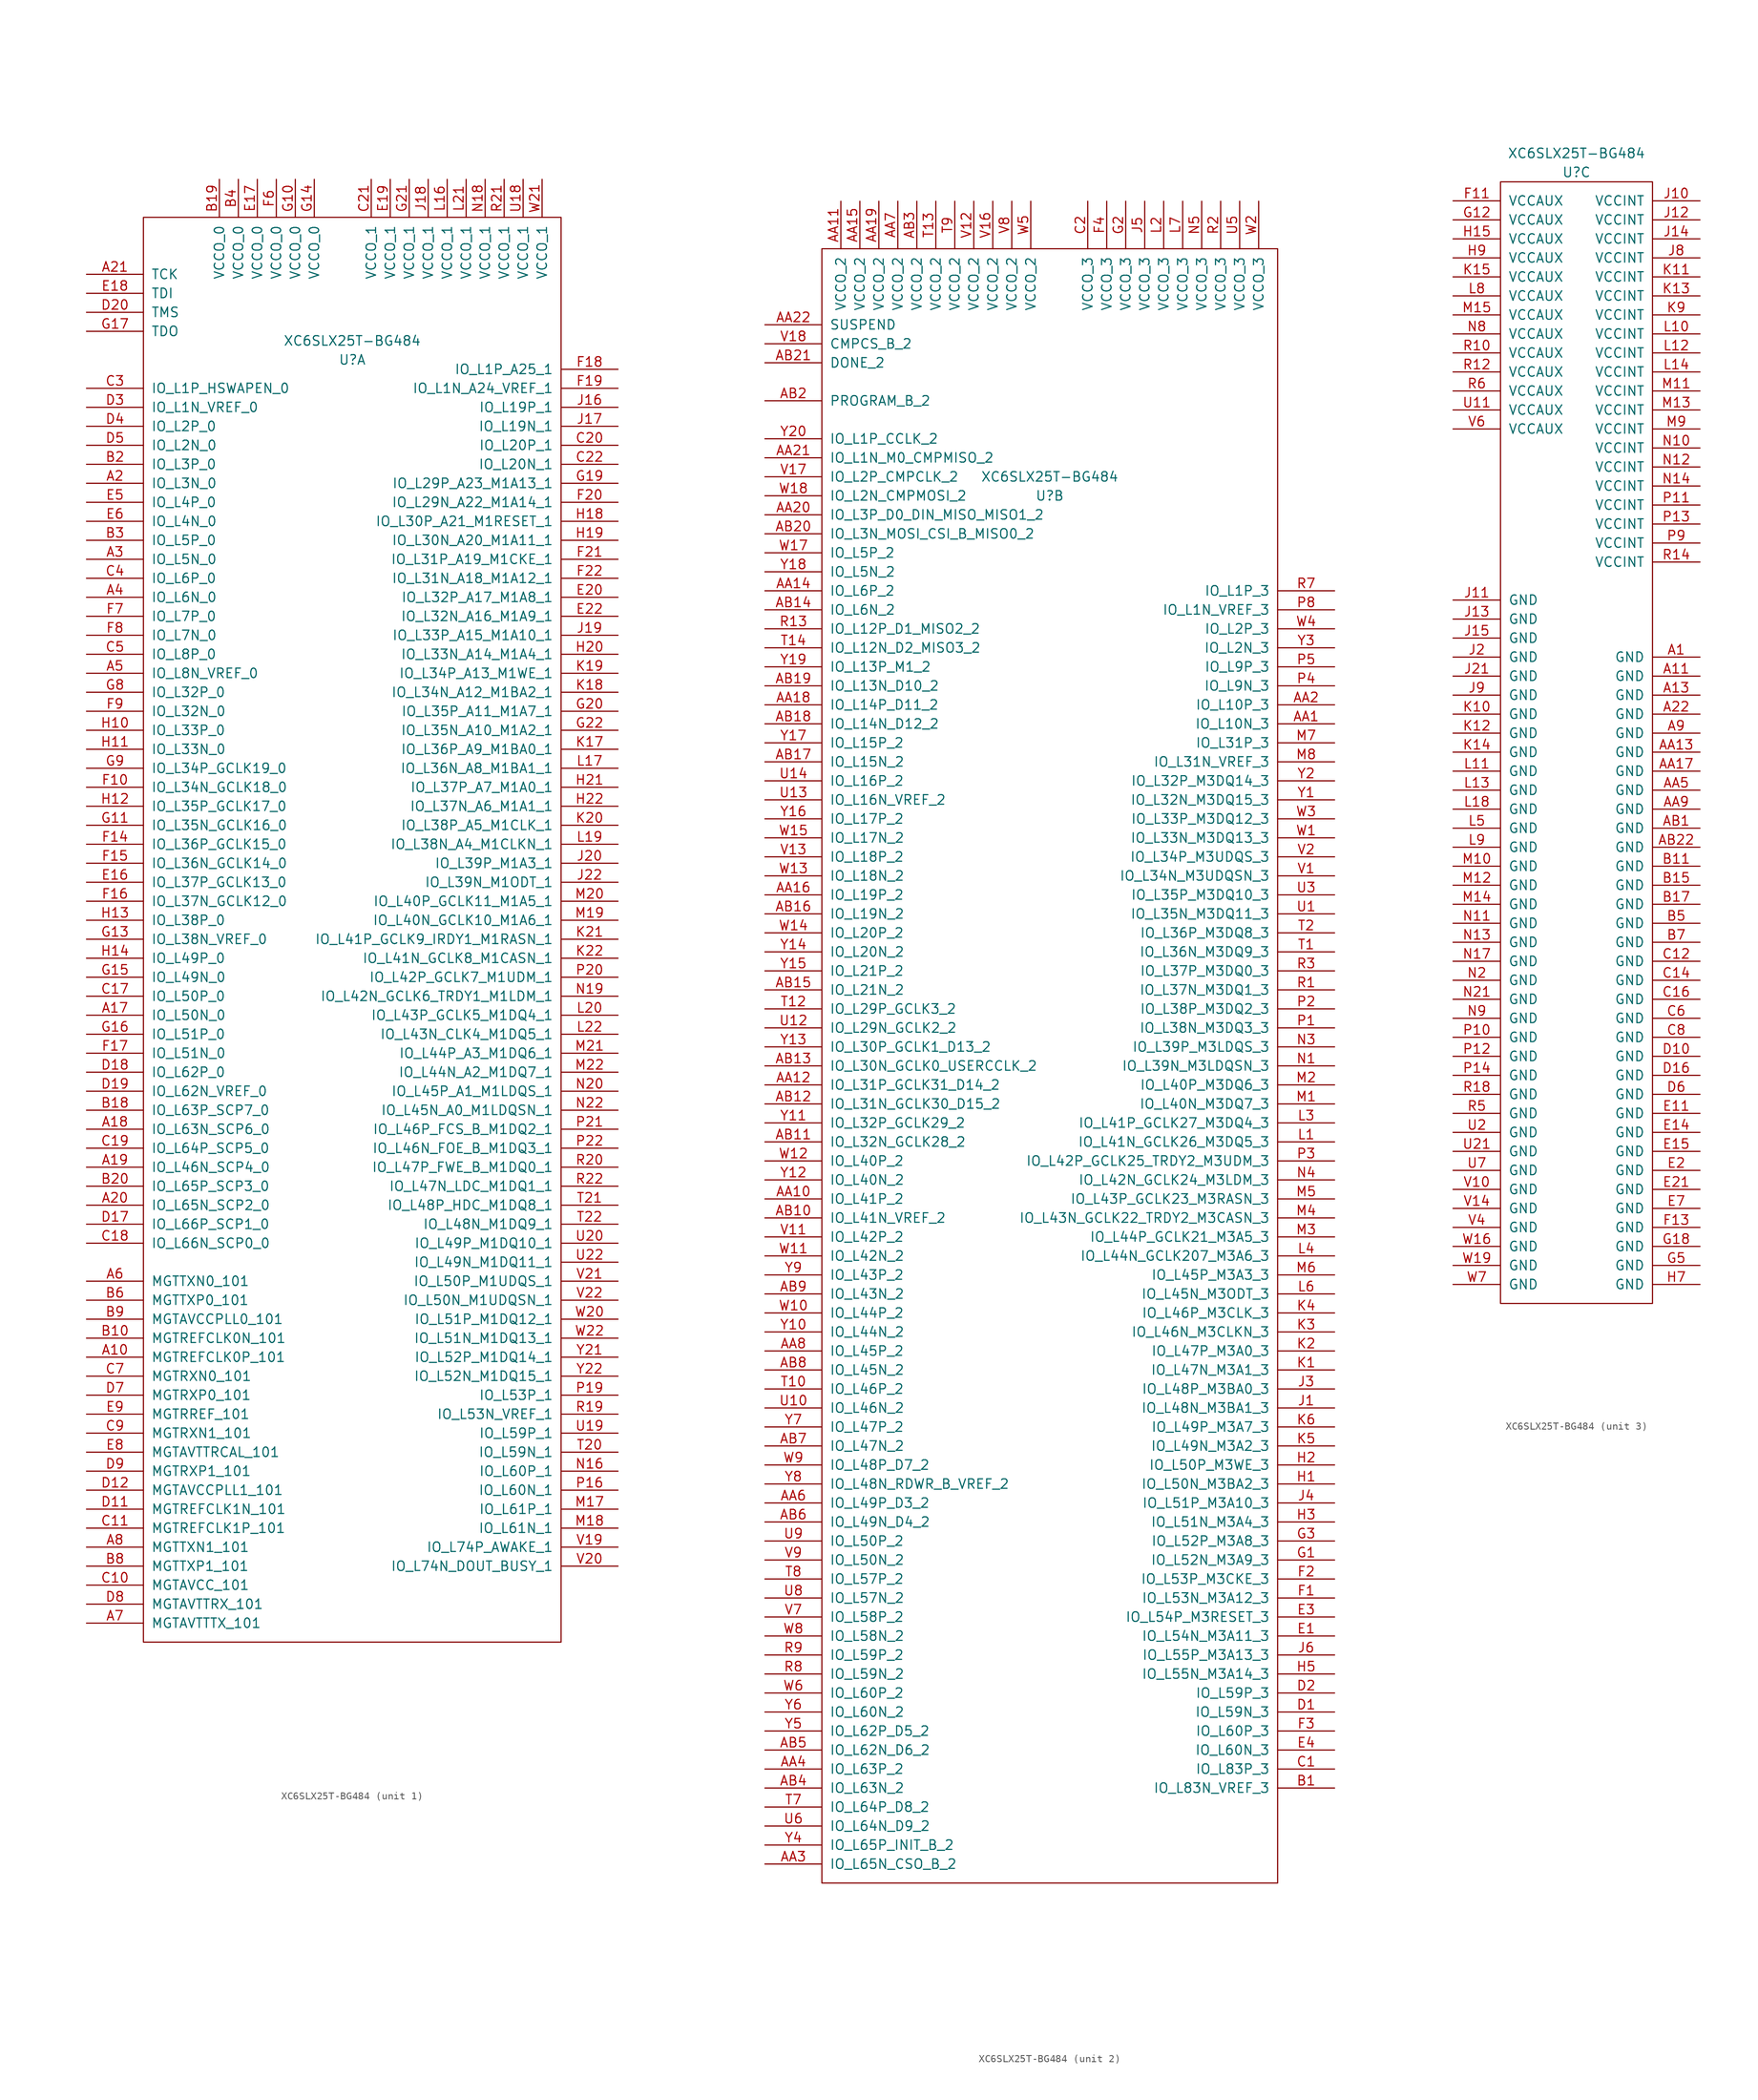
<source format=kicad_sym>
(kicad_symbol_lib
  (version 20211014)
  (generator kicad_symbol_editor)
  (symbol "XC6SLX25T-BG484"
    (pin_names
      (offset 1.016))
    (property "Reference" "U"
      (at 0 76.2 0)
      (effects (font (size 1.27 1.27))))
    (property "Value" "XC6SLX25T-BG484"
      (at 0 78.74 0)
      (effects (font (size 1.27 1.27))))
    (property "ki_locked" ""
      (at 0 0 0)
      (effects (font (size 1.27 1.27))))
    (symbol "XC6SLX25T-BG484_1_1"
      (rectangle (start -27.94 95.25) (end 27.94 -95.25) (stroke (width 0) (type default) (color 0 0 0 0)) (fill (type none)))
      (pin input line (at -35.56 -57.15 0) (length 7.62) (name "MGTREFCLK0P_101" (effects (font (size 1.27 1.27)))) (number "A10" (effects (font (size 1.27 1.27)))))
      (pin bidirectional line (at -35.56 -11.43 0) (length 7.62) (name "IO_L50N_0" (effects (font (size 1.27 1.27)))) (number "A17" (effects (font (size 1.27 1.27)))))
      (pin bidirectional line (at -35.56 -26.67 0) (length 7.62) (name "IO_L63N_SCP6_0" (effects (font (size 1.27 1.27)))) (number "A18" (effects (font (size 1.27 1.27)))))
      (pin bidirectional line (at -35.56 -31.75 0) (length 7.62) (name "IO_L46N_SCP4_0" (effects (font (size 1.27 1.27)))) (number "A19" (effects (font (size 1.27 1.27)))))
      (pin bidirectional line (at -35.56 59.69 0) (length 7.62) (name "IO_L3N_0" (effects (font (size 1.27 1.27)))) (number "A2" (effects (font (size 1.27 1.27)))))
      (pin bidirectional line (at -35.56 -36.83 0) (length 7.62) (name "IO_L65N_SCP2_0" (effects (font (size 1.27 1.27)))) (number "A20" (effects (font (size 1.27 1.27)))))
      (pin input line (at -35.56 87.63 0) (length 7.62) (name "TCK" (effects (font (size 1.27 1.27)))) (number "A21" (effects (font (size 1.27 1.27)))))
      (pin bidirectional line (at -35.56 49.53 0) (length 7.62) (name "IO_L5N_0" (effects (font (size 1.27 1.27)))) (number "A3" (effects (font (size 1.27 1.27)))))
      (pin bidirectional line (at -35.56 44.45 0) (length 7.62) (name "IO_L6N_0" (effects (font (size 1.27 1.27)))) (number "A4" (effects (font (size 1.27 1.27)))))
      (pin bidirectional line (at -35.56 34.29 0) (length 7.62) (name "IO_L8N_VREF_0" (effects (font (size 1.27 1.27)))) (number "A5" (effects (font (size 1.27 1.27)))))
      (pin output line (at -35.56 -46.99 0) (length 7.62) (name "MGTTXN0_101" (effects (font (size 1.27 1.27)))) (number "A6" (effects (font (size 1.27 1.27)))))
      (pin passive line (at -35.56 -92.71 0) (length 7.62) (name "MGTAVTTTX_101" (effects (font (size 1.27 1.27)))) (number "A7" (effects (font (size 1.27 1.27)))))
      (pin output line (at -35.56 -82.55 0) (length 7.62) (name "MGTTXN1_101" (effects (font (size 1.27 1.27)))) (number "A8" (effects (font (size 1.27 1.27)))))
      (pin input line (at -35.56 -54.61 0) (length 7.62) (name "MGTREFCLK0N_101" (effects (font (size 1.27 1.27)))) (number "B10" (effects (font (size 1.27 1.27)))))
      (pin bidirectional line (at -35.56 -24.13 0) (length 7.62) (name "IO_L63P_SCP7_0" (effects (font (size 1.27 1.27)))) (number "B18" (effects (font (size 1.27 1.27)))))
      (pin power_in line (at -17.78 100.33 270) (length 5.08) (name "VCCO_0" (effects (font (size 1.27 1.27)))) (number "B19" (effects (font (size 1.27 1.27)))))
      (pin bidirectional line (at -35.56 62.23 0) (length 7.62) (name "IO_L3P_0" (effects (font (size 1.27 1.27)))) (number "B2" (effects (font (size 1.27 1.27)))))
      (pin bidirectional line (at -35.56 -34.29 0) (length 7.62) (name "IO_L65P_SCP3_0" (effects (font (size 1.27 1.27)))) (number "B20" (effects (font (size 1.27 1.27)))))
      (pin bidirectional line (at -35.56 52.07 0) (length 7.62) (name "IO_L5P_0" (effects (font (size 1.27 1.27)))) (number "B3" (effects (font (size 1.27 1.27)))))
      (pin power_in line (at -15.24 100.33 270) (length 5.08) (name "VCCO_0" (effects (font (size 1.27 1.27)))) (number "B4" (effects (font (size 1.27 1.27)))))
      (pin output line (at -35.56 -49.53 0) (length 7.62) (name "MGTTXP0_101" (effects (font (size 1.27 1.27)))) (number "B6" (effects (font (size 1.27 1.27)))))
      (pin output line (at -35.56 -85.09 0) (length 7.62) (name "MGTTXP1_101" (effects (font (size 1.27 1.27)))) (number "B8" (effects (font (size 1.27 1.27)))))
      (pin passive line (at -35.56 -52.07 0) (length 7.62) (name "MGTAVCCPLL0_101" (effects (font (size 1.27 1.27)))) (number "B9" (effects (font (size 1.27 1.27)))))
      (pin passive line (at -35.56 -87.63 0) (length 7.62) (name "MGTAVCC_101" (effects (font (size 1.27 1.27)))) (number "C10" (effects (font (size 1.27 1.27)))))
      (pin input line (at -35.56 -80.01 0) (length 7.62) (name "MGTREFCLK1P_101" (effects (font (size 1.27 1.27)))) (number "C11" (effects (font (size 1.27 1.27)))))
      (pin bidirectional line (at -35.56 -8.89 0) (length 7.62) (name "IO_L50P_0" (effects (font (size 1.27 1.27)))) (number "C17" (effects (font (size 1.27 1.27)))))
      (pin bidirectional line (at -35.56 -41.91 0) (length 7.62) (name "IO_L66N_SCP0_0" (effects (font (size 1.27 1.27)))) (number "C18" (effects (font (size 1.27 1.27)))))
      (pin bidirectional line (at -35.56 -29.21 0) (length 7.62) (name "IO_L64P_SCP5_0" (effects (font (size 1.27 1.27)))) (number "C19" (effects (font (size 1.27 1.27)))))
      (pin bidirectional line (at 35.56 64.77 180) (length 7.62) (name "IO_L20P_1" (effects (font (size 1.27 1.27)))) (number "C20" (effects (font (size 1.27 1.27)))))
      (pin power_in line (at 2.54 100.33 270) (length 5.08) (name "VCCO_1" (effects (font (size 1.27 1.27)))) (number "C21" (effects (font (size 1.27 1.27)))))
      (pin bidirectional line (at 35.56 62.23 180) (length 7.62) (name "IO_L20N_1" (effects (font (size 1.27 1.27)))) (number "C22" (effects (font (size 1.27 1.27)))))
      (pin bidirectional line (at -35.56 72.39 0) (length 7.62) (name "IO_L1P_HSWAPEN_0" (effects (font (size 1.27 1.27)))) (number "C3" (effects (font (size 1.27 1.27)))))
      (pin bidirectional line (at -35.56 46.99 0) (length 7.62) (name "IO_L6P_0" (effects (font (size 1.27 1.27)))) (number "C4" (effects (font (size 1.27 1.27)))))
      (pin bidirectional line (at -35.56 36.83 0) (length 7.62) (name "IO_L8P_0" (effects (font (size 1.27 1.27)))) (number "C5" (effects (font (size 1.27 1.27)))))
      (pin input line (at -35.56 -59.69 0) (length 7.62) (name "MGTRXN0_101" (effects (font (size 1.27 1.27)))) (number "C7" (effects (font (size 1.27 1.27)))))
      (pin input line (at -35.56 -67.31 0) (length 7.62) (name "MGTRXN1_101" (effects (font (size 1.27 1.27)))) (number "C9" (effects (font (size 1.27 1.27)))))
      (pin input line (at -35.56 -77.47 0) (length 7.62) (name "MGTREFCLK1N_101" (effects (font (size 1.27 1.27)))) (number "D11" (effects (font (size 1.27 1.27)))))
      (pin passive line (at -35.56 -74.93 0) (length 7.62) (name "MGTAVCCPLL1_101" (effects (font (size 1.27 1.27)))) (number "D12" (effects (font (size 1.27 1.27)))))
      (pin bidirectional line (at -35.56 -39.37 0) (length 7.62) (name "IO_L66P_SCP1_0" (effects (font (size 1.27 1.27)))) (number "D17" (effects (font (size 1.27 1.27)))))
      (pin bidirectional line (at -35.56 -19.05 0) (length 7.62) (name "IO_L62P_0" (effects (font (size 1.27 1.27)))) (number "D18" (effects (font (size 1.27 1.27)))))
      (pin bidirectional line (at -35.56 -21.59 0) (length 7.62) (name "IO_L62N_VREF_0" (effects (font (size 1.27 1.27)))) (number "D19" (effects (font (size 1.27 1.27)))))
      (pin input line (at -35.56 82.55 0) (length 7.62) (name "TMS" (effects (font (size 1.27 1.27)))) (number "D20" (effects (font (size 1.27 1.27)))))
      (pin bidirectional line (at -35.56 69.85 0) (length 7.62) (name "IO_L1N_VREF_0" (effects (font (size 1.27 1.27)))) (number "D3" (effects (font (size 1.27 1.27)))))
      (pin bidirectional line (at -35.56 67.31 0) (length 7.62) (name "IO_L2P_0" (effects (font (size 1.27 1.27)))) (number "D4" (effects (font (size 1.27 1.27)))))
      (pin bidirectional line (at -35.56 64.77 0) (length 7.62) (name "IO_L2N_0" (effects (font (size 1.27 1.27)))) (number "D5" (effects (font (size 1.27 1.27)))))
      (pin input line (at -35.56 -62.23 0) (length 7.62) (name "MGTRXP0_101" (effects (font (size 1.27 1.27)))) (number "D7" (effects (font (size 1.27 1.27)))))
      (pin passive line (at -35.56 -90.17 0) (length 7.62) (name "MGTAVTTRX_101" (effects (font (size 1.27 1.27)))) (number "D8" (effects (font (size 1.27 1.27)))))
      (pin input line (at -35.56 -72.39 0) (length 7.62) (name "MGTRXP1_101" (effects (font (size 1.27 1.27)))) (number "D9" (effects (font (size 1.27 1.27)))))
      (pin bidirectional line (at -35.56 6.35 0) (length 7.62) (name "IO_L37P_GCLK13_0" (effects (font (size 1.27 1.27)))) (number "E16" (effects (font (size 1.27 1.27)))))
      (pin power_in line (at -12.7 100.33 270) (length 5.08) (name "VCCO_0" (effects (font (size 1.27 1.27)))) (number "E17" (effects (font (size 1.27 1.27)))))
      (pin input line (at -35.56 85.09 0) (length 7.62) (name "TDI" (effects (font (size 1.27 1.27)))) (number "E18" (effects (font (size 1.27 1.27)))))
      (pin power_in line (at 5.08 100.33 270) (length 5.08) (name "VCCO_1" (effects (font (size 1.27 1.27)))) (number "E19" (effects (font (size 1.27 1.27)))))
      (pin bidirectional line (at 35.56 44.45 180) (length 7.62) (name "IO_L32P_A17_M1A8_1" (effects (font (size 1.27 1.27)))) (number "E20" (effects (font (size 1.27 1.27)))))
      (pin bidirectional line (at 35.56 41.91 180) (length 7.62) (name "IO_L32N_A16_M1A9_1" (effects (font (size 1.27 1.27)))) (number "E22" (effects (font (size 1.27 1.27)))))
      (pin bidirectional line (at -35.56 57.15 0) (length 7.62) (name "IO_L4P_0" (effects (font (size 1.27 1.27)))) (number "E5" (effects (font (size 1.27 1.27)))))
      (pin bidirectional line (at -35.56 54.61 0) (length 7.62) (name "IO_L4N_0" (effects (font (size 1.27 1.27)))) (number "E6" (effects (font (size 1.27 1.27)))))
      (pin passive line (at -35.56 -69.85 0) (length 7.62) (name "MGTAVTTRCAL_101" (effects (font (size 1.27 1.27)))) (number "E8" (effects (font (size 1.27 1.27)))))
      (pin input line (at -35.56 -64.77 0) (length 7.62) (name "MGTRREF_101" (effects (font (size 1.27 1.27)))) (number "E9" (effects (font (size 1.27 1.27)))))
      (pin bidirectional line (at -35.56 19.05 0) (length 7.62) (name "IO_L34N_GCLK18_0" (effects (font (size 1.27 1.27)))) (number "F10" (effects (font (size 1.27 1.27)))))
      (pin bidirectional line (at -35.56 11.43 0) (length 7.62) (name "IO_L36P_GCLK15_0" (effects (font (size 1.27 1.27)))) (number "F14" (effects (font (size 1.27 1.27)))))
      (pin bidirectional line (at -35.56 8.89 0) (length 7.62) (name "IO_L36N_GCLK14_0" (effects (font (size 1.27 1.27)))) (number "F15" (effects (font (size 1.27 1.27)))))
      (pin bidirectional line (at -35.56 3.81 0) (length 7.62) (name "IO_L37N_GCLK12_0" (effects (font (size 1.27 1.27)))) (number "F16" (effects (font (size 1.27 1.27)))))
      (pin bidirectional line (at -35.56 -16.51 0) (length 7.62) (name "IO_L51N_0" (effects (font (size 1.27 1.27)))) (number "F17" (effects (font (size 1.27 1.27)))))
      (pin bidirectional line (at 35.56 74.93 180) (length 7.62) (name "IO_L1P_A25_1" (effects (font (size 1.27 1.27)))) (number "F18" (effects (font (size 1.27 1.27)))))
      (pin bidirectional line (at 35.56 72.39 180) (length 7.62) (name "IO_L1N_A24_VREF_1" (effects (font (size 1.27 1.27)))) (number "F19" (effects (font (size 1.27 1.27)))))
      (pin bidirectional line (at 35.56 57.15 180) (length 7.62) (name "IO_L29N_A22_M1A14_1" (effects (font (size 1.27 1.27)))) (number "F20" (effects (font (size 1.27 1.27)))))
      (pin bidirectional line (at 35.56 49.53 180) (length 7.62) (name "IO_L31P_A19_M1CKE_1" (effects (font (size 1.27 1.27)))) (number "F21" (effects (font (size 1.27 1.27)))))
      (pin bidirectional line (at 35.56 46.99 180) (length 7.62) (name "IO_L31N_A18_M1A12_1" (effects (font (size 1.27 1.27)))) (number "F22" (effects (font (size 1.27 1.27)))))
      (pin power_in line (at -10.16 100.33 270) (length 5.08) (name "VCCO_0" (effects (font (size 1.27 1.27)))) (number "F6" (effects (font (size 1.27 1.27)))))
      (pin bidirectional line (at -35.56 41.91 0) (length 7.62) (name "IO_L7P_0" (effects (font (size 1.27 1.27)))) (number "F7" (effects (font (size 1.27 1.27)))))
      (pin bidirectional line (at -35.56 39.37 0) (length 7.62) (name "IO_L7N_0" (effects (font (size 1.27 1.27)))) (number "F8" (effects (font (size 1.27 1.27)))))
      (pin bidirectional line (at -35.56 29.21 0) (length 7.62) (name "IO_L32N_0" (effects (font (size 1.27 1.27)))) (number "F9" (effects (font (size 1.27 1.27)))))
      (pin power_in line (at -7.62 100.33 270) (length 5.08) (name "VCCO_0" (effects (font (size 1.27 1.27)))) (number "G10" (effects (font (size 1.27 1.27)))))
      (pin bidirectional line (at -35.56 13.97 0) (length 7.62) (name "IO_L35N_GCLK16_0" (effects (font (size 1.27 1.27)))) (number "G11" (effects (font (size 1.27 1.27)))))
      (pin bidirectional line (at -35.56 -1.27 0) (length 7.62) (name "IO_L38N_VREF_0" (effects (font (size 1.27 1.27)))) (number "G13" (effects (font (size 1.27 1.27)))))
      (pin power_in line (at -5.08 100.33 270) (length 5.08) (name "VCCO_0" (effects (font (size 1.27 1.27)))) (number "G14" (effects (font (size 1.27 1.27)))))
      (pin bidirectional line (at -35.56 -6.35 0) (length 7.62) (name "IO_L49N_0" (effects (font (size 1.27 1.27)))) (number "G15" (effects (font (size 1.27 1.27)))))
      (pin bidirectional line (at -35.56 -13.97 0) (length 7.62) (name "IO_L51P_0" (effects (font (size 1.27 1.27)))) (number "G16" (effects (font (size 1.27 1.27)))))
      (pin output line (at -35.56 80.01 0) (length 7.62) (name "TDO" (effects (font (size 1.27 1.27)))) (number "G17" (effects (font (size 1.27 1.27)))))
      (pin bidirectional line (at 35.56 59.69 180) (length 7.62) (name "IO_L29P_A23_M1A13_1" (effects (font (size 1.27 1.27)))) (number "G19" (effects (font (size 1.27 1.27)))))
      (pin bidirectional line (at 35.56 29.21 180) (length 7.62) (name "IO_L35P_A11_M1A7_1" (effects (font (size 1.27 1.27)))) (number "G20" (effects (font (size 1.27 1.27)))))
      (pin power_in line (at 7.62 100.33 270) (length 5.08) (name "VCCO_1" (effects (font (size 1.27 1.27)))) (number "G21" (effects (font (size 1.27 1.27)))))
      (pin bidirectional line (at 35.56 26.67 180) (length 7.62) (name "IO_L35N_A10_M1A2_1" (effects (font (size 1.27 1.27)))) (number "G22" (effects (font (size 1.27 1.27)))))
      (pin bidirectional line (at -35.56 31.75 0) (length 7.62) (name "IO_L32P_0" (effects (font (size 1.27 1.27)))) (number "G8" (effects (font (size 1.27 1.27)))))
      (pin bidirectional line (at -35.56 21.59 0) (length 7.62) (name "IO_L34P_GCLK19_0" (effects (font (size 1.27 1.27)))) (number "G9" (effects (font (size 1.27 1.27)))))
      (pin bidirectional line (at -35.56 26.67 0) (length 7.62) (name "IO_L33P_0" (effects (font (size 1.27 1.27)))) (number "H10" (effects (font (size 1.27 1.27)))))
      (pin bidirectional line (at -35.56 24.13 0) (length 7.62) (name "IO_L33N_0" (effects (font (size 1.27 1.27)))) (number "H11" (effects (font (size 1.27 1.27)))))
      (pin bidirectional line (at -35.56 16.51 0) (length 7.62) (name "IO_L35P_GCLK17_0" (effects (font (size 1.27 1.27)))) (number "H12" (effects (font (size 1.27 1.27)))))
      (pin bidirectional line (at -35.56 1.27 0) (length 7.62) (name "IO_L38P_0" (effects (font (size 1.27 1.27)))) (number "H13" (effects (font (size 1.27 1.27)))))
      (pin bidirectional line (at -35.56 -3.81 0) (length 7.62) (name "IO_L49P_0" (effects (font (size 1.27 1.27)))) (number "H14" (effects (font (size 1.27 1.27)))))
      (pin bidirectional line (at 35.56 54.61 180) (length 7.62) (name "IO_L30P_A21_M1RESET_1" (effects (font (size 1.27 1.27)))) (number "H18" (effects (font (size 1.27 1.27)))))
      (pin bidirectional line (at 35.56 52.07 180) (length 7.62) (name "IO_L30N_A20_M1A11_1" (effects (font (size 1.27 1.27)))) (number "H19" (effects (font (size 1.27 1.27)))))
      (pin bidirectional line (at 35.56 36.83 180) (length 7.62) (name "IO_L33N_A14_M1A4_1" (effects (font (size 1.27 1.27)))) (number "H20" (effects (font (size 1.27 1.27)))))
      (pin bidirectional line (at 35.56 19.05 180) (length 7.62) (name "IO_L37P_A7_M1A0_1" (effects (font (size 1.27 1.27)))) (number "H21" (effects (font (size 1.27 1.27)))))
      (pin bidirectional line (at 35.56 16.51 180) (length 7.62) (name "IO_L37N_A6_M1A1_1" (effects (font (size 1.27 1.27)))) (number "H22" (effects (font (size 1.27 1.27)))))
      (pin bidirectional line (at 35.56 69.85 180) (length 7.62) (name "IO_L19P_1" (effects (font (size 1.27 1.27)))) (number "J16" (effects (font (size 1.27 1.27)))))
      (pin bidirectional line (at 35.56 67.31 180) (length 7.62) (name "IO_L19N_1" (effects (font (size 1.27 1.27)))) (number "J17" (effects (font (size 1.27 1.27)))))
      (pin power_in line (at 10.16 100.33 270) (length 5.08) (name "VCCO_1" (effects (font (size 1.27 1.27)))) (number "J18" (effects (font (size 1.27 1.27)))))
      (pin bidirectional line (at 35.56 39.37 180) (length 7.62) (name "IO_L33P_A15_M1A10_1" (effects (font (size 1.27 1.27)))) (number "J19" (effects (font (size 1.27 1.27)))))
      (pin bidirectional line (at 35.56 8.89 180) (length 7.62) (name "IO_L39P_M1A3_1" (effects (font (size 1.27 1.27)))) (number "J20" (effects (font (size 1.27 1.27)))))
      (pin bidirectional line (at 35.56 6.35 180) (length 7.62) (name "IO_L39N_M1ODT_1" (effects (font (size 1.27 1.27)))) (number "J22" (effects (font (size 1.27 1.27)))))
      (pin input line (at 35.56 24.13 180) (length 7.62) (name "IO_L36P_A9_M1BA0_1" (effects (font (size 1.27 1.27)))) (number "K17" (effects (font (size 1.27 1.27)))))
      (pin bidirectional line (at 35.56 31.75 180) (length 7.62) (name "IO_L34N_A12_M1BA2_1" (effects (font (size 1.27 1.27)))) (number "K18" (effects (font (size 1.27 1.27)))))
      (pin bidirectional line (at 35.56 34.29 180) (length 7.62) (name "IO_L34P_A13_M1WE_1" (effects (font (size 1.27 1.27)))) (number "K19" (effects (font (size 1.27 1.27)))))
      (pin bidirectional line (at 35.56 13.97 180) (length 7.62) (name "IO_L38P_A5_M1CLK_1" (effects (font (size 1.27 1.27)))) (number "K20" (effects (font (size 1.27 1.27)))))
      (pin bidirectional line (at 35.56 -1.27 180) (length 7.62) (name "IO_L41P_GCLK9_IRDY1_M1RASN_1" (effects (font (size 1.27 1.27)))) (number "K21" (effects (font (size 1.27 1.27)))))
      (pin bidirectional line (at 35.56 -3.81 180) (length 7.62) (name "IO_L41N_GCLK8_M1CASN_1" (effects (font (size 1.27 1.27)))) (number "K22" (effects (font (size 1.27 1.27)))))
      (pin power_in line (at 12.7 100.33 270) (length 5.08) (name "VCCO_1" (effects (font (size 1.27 1.27)))) (number "L16" (effects (font (size 1.27 1.27)))))
      (pin bidirectional line (at 35.56 21.59 180) (length 7.62) (name "IO_L36N_A8_M1BA1_1" (effects (font (size 1.27 1.27)))) (number "L17" (effects (font (size 1.27 1.27)))))
      (pin bidirectional line (at 35.56 11.43 180) (length 7.62) (name "IO_L38N_A4_M1CLKN_1" (effects (font (size 1.27 1.27)))) (number "L19" (effects (font (size 1.27 1.27)))))
      (pin bidirectional line (at 35.56 -11.43 180) (length 7.62) (name "IO_L43P_GCLK5_M1DQ4_1" (effects (font (size 1.27 1.27)))) (number "L20" (effects (font (size 1.27 1.27)))))
      (pin power_in line (at 15.24 100.33 270) (length 5.08) (name "VCCO_1" (effects (font (size 1.27 1.27)))) (number "L21" (effects (font (size 1.27 1.27)))))
      (pin bidirectional line (at 35.56 -13.97 180) (length 7.62) (name "IO_L43N_CLK4_M1DQ5_1" (effects (font (size 1.27 1.27)))) (number "L22" (effects (font (size 1.27 1.27)))))
      (pin bidirectional line (at 35.56 -77.47 180) (length 7.62) (name "IO_L61P_1" (effects (font (size 1.27 1.27)))) (number "M17" (effects (font (size 1.27 1.27)))))
      (pin bidirectional line (at 35.56 -80.01 180) (length 7.62) (name "IO_L61N_1" (effects (font (size 1.27 1.27)))) (number "M18" (effects (font (size 1.27 1.27)))))
      (pin bidirectional line (at 35.56 1.27 180) (length 7.62) (name "IO_L40N_GCLK10_M1A6_1" (effects (font (size 1.27 1.27)))) (number "M19" (effects (font (size 1.27 1.27)))))
      (pin bidirectional line (at 35.56 3.81 180) (length 7.62) (name "IO_L40P_GCLK11_M1A5_1" (effects (font (size 1.27 1.27)))) (number "M20" (effects (font (size 1.27 1.27)))))
      (pin bidirectional line (at 35.56 -16.51 180) (length 7.62) (name "IO_L44P_A3_M1DQ6_1" (effects (font (size 1.27 1.27)))) (number "M21" (effects (font (size 1.27 1.27)))))
      (pin bidirectional line (at 35.56 -19.05 180) (length 7.62) (name "IO_L44N_A2_M1DQ7_1" (effects (font (size 1.27 1.27)))) (number "M22" (effects (font (size 1.27 1.27)))))
      (pin bidirectional line (at 35.56 -72.39 180) (length 7.62) (name "IO_L60P_1" (effects (font (size 1.27 1.27)))) (number "N16" (effects (font (size 1.27 1.27)))))
      (pin power_in line (at 17.78 100.33 270) (length 5.08) (name "VCCO_1" (effects (font (size 1.27 1.27)))) (number "N18" (effects (font (size 1.27 1.27)))))
      (pin bidirectional line (at 35.56 -8.89 180) (length 7.62) (name "IO_L42N_GCLK6_TRDY1_M1LDM_1" (effects (font (size 1.27 1.27)))) (number "N19" (effects (font (size 1.27 1.27)))))
      (pin bidirectional line (at 35.56 -21.59 180) (length 7.62) (name "IO_L45P_A1_M1LDQS_1" (effects (font (size 1.27 1.27)))) (number "N20" (effects (font (size 1.27 1.27)))))
      (pin bidirectional line (at 35.56 -24.13 180) (length 7.62) (name "IO_L45N_A0_M1LDQSN_1" (effects (font (size 1.27 1.27)))) (number "N22" (effects (font (size 1.27 1.27)))))
      (pin bidirectional line (at 35.56 -74.93 180) (length 7.62) (name "IO_L60N_1" (effects (font (size 1.27 1.27)))) (number "P16" (effects (font (size 1.27 1.27)))))
      (pin bidirectional line (at 35.56 -62.23 180) (length 7.62) (name "IO_L53P_1" (effects (font (size 1.27 1.27)))) (number "P19" (effects (font (size 1.27 1.27)))))
      (pin bidirectional line (at 35.56 -6.35 180) (length 7.62) (name "IO_L42P_GCLK7_M1UDM_1" (effects (font (size 1.27 1.27)))) (number "P20" (effects (font (size 1.27 1.27)))))
      (pin bidirectional line (at 35.56 -26.67 180) (length 7.62) (name "IO_L46P_FCS_B_M1DQ2_1" (effects (font (size 1.27 1.27)))) (number "P21" (effects (font (size 1.27 1.27)))))
      (pin bidirectional line (at 35.56 -29.21 180) (length 7.62) (name "IO_L46N_FOE_B_M1DQ3_1" (effects (font (size 1.27 1.27)))) (number "P22" (effects (font (size 1.27 1.27)))))
      (pin bidirectional line (at 35.56 -64.77 180) (length 7.62) (name "IO_L53N_VREF_1" (effects (font (size 1.27 1.27)))) (number "R19" (effects (font (size 1.27 1.27)))))
      (pin bidirectional line (at 35.56 -31.75 180) (length 7.62) (name "IO_L47P_FWE_B_M1DQ0_1" (effects (font (size 1.27 1.27)))) (number "R20" (effects (font (size 1.27 1.27)))))
      (pin power_in line (at 20.32 100.33 270) (length 5.08) (name "VCCO_1" (effects (font (size 1.27 1.27)))) (number "R21" (effects (font (size 1.27 1.27)))))
      (pin bidirectional line (at 35.56 -34.29 180) (length 7.62) (name "IO_L47N_LDC_M1DQ1_1" (effects (font (size 1.27 1.27)))) (number "R22" (effects (font (size 1.27 1.27)))))
      (pin bidirectional line (at 35.56 -69.85 180) (length 7.62) (name "IO_L59N_1" (effects (font (size 1.27 1.27)))) (number "T20" (effects (font (size 1.27 1.27)))))
      (pin bidirectional line (at 35.56 -36.83 180) (length 7.62) (name "IO_L48P_HDC_M1DQ8_1" (effects (font (size 1.27 1.27)))) (number "T21" (effects (font (size 1.27 1.27)))))
      (pin bidirectional line (at 35.56 -39.37 180) (length 7.62) (name "IO_L48N_M1DQ9_1" (effects (font (size 1.27 1.27)))) (number "T22" (effects (font (size 1.27 1.27)))))
      (pin power_in line (at 22.86 100.33 270) (length 5.08) (name "VCCO_1" (effects (font (size 1.27 1.27)))) (number "U18" (effects (font (size 1.27 1.27)))))
      (pin bidirectional line (at 35.56 -67.31 180) (length 7.62) (name "IO_L59P_1" (effects (font (size 1.27 1.27)))) (number "U19" (effects (font (size 1.27 1.27)))))
      (pin bidirectional line (at 35.56 -41.91 180) (length 7.62) (name "IO_L49P_M1DQ10_1" (effects (font (size 1.27 1.27)))) (number "U20" (effects (font (size 1.27 1.27)))))
      (pin bidirectional line (at 35.56 -44.45 180) (length 7.62) (name "IO_L49N_M1DQ11_1" (effects (font (size 1.27 1.27)))) (number "U22" (effects (font (size 1.27 1.27)))))
      (pin bidirectional line (at 35.56 -82.55 180) (length 7.62) (name "IO_L74P_AWAKE_1" (effects (font (size 1.27 1.27)))) (number "V19" (effects (font (size 1.27 1.27)))))
      (pin bidirectional line (at 35.56 -85.09 180) (length 7.62) (name "IO_L74N_DOUT_BUSY_1" (effects (font (size 1.27 1.27)))) (number "V20" (effects (font (size 1.27 1.27)))))
      (pin bidirectional line (at 35.56 -46.99 180) (length 7.62) (name "IO_L50P_M1UDQS_1" (effects (font (size 1.27 1.27)))) (number "V21" (effects (font (size 1.27 1.27)))))
      (pin bidirectional line (at 35.56 -49.53 180) (length 7.62) (name "IO_L50N_M1UDQSN_1" (effects (font (size 1.27 1.27)))) (number "V22" (effects (font (size 1.27 1.27)))))
      (pin bidirectional line (at 35.56 -52.07 180) (length 7.62) (name "IO_L51P_M1DQ12_1" (effects (font (size 1.27 1.27)))) (number "W20" (effects (font (size 1.27 1.27)))))
      (pin power_in line (at 25.4 100.33 270) (length 5.08) (name "VCCO_1" (effects (font (size 1.27 1.27)))) (number "W21" (effects (font (size 1.27 1.27)))))
      (pin bidirectional line (at 35.56 -54.61 180) (length 7.62) (name "IO_L51N_M1DQ13_1" (effects (font (size 1.27 1.27)))) (number "W22" (effects (font (size 1.27 1.27)))))
      (pin bidirectional line (at 35.56 -57.15 180) (length 7.62) (name "IO_L52P_M1DQ14_1" (effects (font (size 1.27 1.27)))) (number "Y21" (effects (font (size 1.27 1.27)))))
      (pin bidirectional line (at 35.56 -59.69 180) (length 7.62) (name "IO_L52N_M1DQ15_1" (effects (font (size 1.27 1.27)))) (number "Y22" (effects (font (size 1.27 1.27))))))
    (symbol "XC6SLX25T-BG484_2_1"
      (rectangle (start -30.48 109.22) (end 30.48 -109.22) (stroke (width 0) (type default) (color 0 0 0 0)) (fill (type none)))
      (pin bidirectional line (at 38.1 45.72 180) (length 7.62) (name "IO_L10N_3" (effects (font (size 1.27 1.27)))) (number "AA1" (effects (font (size 1.27 1.27)))))
      (pin bidirectional line (at -38.1 -17.78 0) (length 7.62) (name "IO_L41P_2" (effects (font (size 1.27 1.27)))) (number "AA10" (effects (font (size 1.27 1.27)))))
      (pin power_in line (at -27.94 115.57 270) (length 6.35) (name "VCCO_2" (effects (font (size 1.27 1.27)))) (number "AA11" (effects (font (size 1.27 1.27)))))
      (pin bidirectional line (at -38.1 -2.54 0) (length 7.62) (name "IO_L31P_GCLK31_D14_2" (effects (font (size 1.27 1.27)))) (number "AA12" (effects (font (size 1.27 1.27)))))
      (pin bidirectional line (at -38.1 63.5 0) (length 7.62) (name "IO_L6P_2" (effects (font (size 1.27 1.27)))) (number "AA14" (effects (font (size 1.27 1.27)))))
      (pin power_in line (at -25.4 115.57 270) (length 6.35) (name "VCCO_2" (effects (font (size 1.27 1.27)))) (number "AA15" (effects (font (size 1.27 1.27)))))
      (pin bidirectional line (at -38.1 22.86 0) (length 7.62) (name "IO_L19P_2" (effects (font (size 1.27 1.27)))) (number "AA16" (effects (font (size 1.27 1.27)))))
      (pin bidirectional line (at -38.1 48.26 0) (length 7.62) (name "IO_L14P_D11_2" (effects (font (size 1.27 1.27)))) (number "AA18" (effects (font (size 1.27 1.27)))))
      (pin power_in line (at -22.86 115.57 270) (length 6.35) (name "VCCO_2" (effects (font (size 1.27 1.27)))) (number "AA19" (effects (font (size 1.27 1.27)))))
      (pin bidirectional line (at 38.1 48.26 180) (length 7.62) (name "IO_L10P_3" (effects (font (size 1.27 1.27)))) (number "AA2" (effects (font (size 1.27 1.27)))))
      (pin bidirectional line (at -38.1 73.66 0) (length 7.62) (name "IO_L3P_D0_DIN_MISO_MISO1_2" (effects (font (size 1.27 1.27)))) (number "AA20" (effects (font (size 1.27 1.27)))))
      (pin bidirectional line (at -38.1 81.28 0) (length 7.62) (name "IO_L1N_M0_CMPMISO_2" (effects (font (size 1.27 1.27)))) (number "AA21" (effects (font (size 1.27 1.27)))))
      (pin input line (at -38.1 99.06 0) (length 7.62) (name "SUSPEND" (effects (font (size 1.27 1.27)))) (number "AA22" (effects (font (size 1.27 1.27)))))
      (pin bidirectional line (at -38.1 -106.68 0) (length 7.62) (name "IO_L65N_CSO_B_2" (effects (font (size 1.27 1.27)))) (number "AA3" (effects (font (size 1.27 1.27)))))
      (pin bidirectional line (at -38.1 -93.98 0) (length 7.62) (name "IO_L63P_2" (effects (font (size 1.27 1.27)))) (number "AA4" (effects (font (size 1.27 1.27)))))
      (pin bidirectional line (at -38.1 -58.42 0) (length 7.62) (name "IO_L49P_D3_2" (effects (font (size 1.27 1.27)))) (number "AA6" (effects (font (size 1.27 1.27)))))
      (pin power_in line (at -20.32 115.57 270) (length 6.35) (name "VCCO_2" (effects (font (size 1.27 1.27)))) (number "AA7" (effects (font (size 1.27 1.27)))))
      (pin bidirectional line (at -38.1 -38.1 0) (length 7.62) (name "IO_L45P_2" (effects (font (size 1.27 1.27)))) (number "AA8" (effects (font (size 1.27 1.27)))))
      (pin bidirectional line (at -38.1 -20.32 0) (length 7.62) (name "IO_L41N_VREF_2" (effects (font (size 1.27 1.27)))) (number "AB10" (effects (font (size 1.27 1.27)))))
      (pin bidirectional line (at -38.1 -10.16 0) (length 7.62) (name "IO_L32N_GCLK28_2" (effects (font (size 1.27 1.27)))) (number "AB11" (effects (font (size 1.27 1.27)))))
      (pin bidirectional line (at -38.1 -5.08 0) (length 7.62) (name "IO_L31N_GCLK30_D15_2" (effects (font (size 1.27 1.27)))) (number "AB12" (effects (font (size 1.27 1.27)))))
      (pin bidirectional line (at -38.1 0 0) (length 7.62) (name "IO_L30N_GCLK0_USERCCLK_2" (effects (font (size 1.27 1.27)))) (number "AB13" (effects (font (size 1.27 1.27)))))
      (pin bidirectional line (at -38.1 60.96 0) (length 7.62) (name "IO_L6N_2" (effects (font (size 1.27 1.27)))) (number "AB14" (effects (font (size 1.27 1.27)))))
      (pin bidirectional line (at -38.1 10.16 0) (length 7.62) (name "IO_L21N_2" (effects (font (size 1.27 1.27)))) (number "AB15" (effects (font (size 1.27 1.27)))))
      (pin bidirectional line (at -38.1 20.32 0) (length 7.62) (name "IO_L19N_2" (effects (font (size 1.27 1.27)))) (number "AB16" (effects (font (size 1.27 1.27)))))
      (pin bidirectional line (at -38.1 40.64 0) (length 7.62) (name "IO_L15N_2" (effects (font (size 1.27 1.27)))) (number "AB17" (effects (font (size 1.27 1.27)))))
      (pin bidirectional line (at -38.1 45.72 0) (length 7.62) (name "IO_L14N_D12_2" (effects (font (size 1.27 1.27)))) (number "AB18" (effects (font (size 1.27 1.27)))))
      (pin bidirectional line (at -38.1 50.8 0) (length 7.62) (name "IO_L13N_D10_2" (effects (font (size 1.27 1.27)))) (number "AB19" (effects (font (size 1.27 1.27)))))
      (pin input line (at -38.1 88.9 0) (length 7.62) (name "PROGRAM_B_2" (effects (font (size 1.27 1.27)))) (number "AB2" (effects (font (size 1.27 1.27)))))
      (pin bidirectional line (at -38.1 71.12 0) (length 7.62) (name "IO_L3N_MOSI_CSI_B_MISO0_2" (effects (font (size 1.27 1.27)))) (number "AB20" (effects (font (size 1.27 1.27)))))
      (pin bidirectional line (at -38.1 93.98 0) (length 7.62) (name "DONE_2" (effects (font (size 1.27 1.27)))) (number "AB21" (effects (font (size 1.27 1.27)))))
      (pin power_in line (at -17.78 115.57 270) (length 6.35) (name "VCCO_2" (effects (font (size 1.27 1.27)))) (number "AB3" (effects (font (size 1.27 1.27)))))
      (pin bidirectional line (at -38.1 -96.52 0) (length 7.62) (name "IO_L63N_2" (effects (font (size 1.27 1.27)))) (number "AB4" (effects (font (size 1.27 1.27)))))
      (pin bidirectional line (at -38.1 -91.44 0) (length 7.62) (name "IO_L62N_D6_2" (effects (font (size 1.27 1.27)))) (number "AB5" (effects (font (size 1.27 1.27)))))
      (pin bidirectional line (at -38.1 -60.96 0) (length 7.62) (name "IO_L49N_D4_2" (effects (font (size 1.27 1.27)))) (number "AB6" (effects (font (size 1.27 1.27)))))
      (pin bidirectional line (at -38.1 -50.8 0) (length 7.62) (name "IO_L47N_2" (effects (font (size 1.27 1.27)))) (number "AB7" (effects (font (size 1.27 1.27)))))
      (pin bidirectional line (at -38.1 -40.64 0) (length 7.62) (name "IO_L45N_2" (effects (font (size 1.27 1.27)))) (number "AB8" (effects (font (size 1.27 1.27)))))
      (pin bidirectional line (at -38.1 -30.48 0) (length 7.62) (name "IO_L43N_2" (effects (font (size 1.27 1.27)))) (number "AB9" (effects (font (size 1.27 1.27)))))
      (pin bidirectional line (at 38.1 -96.52 180) (length 7.62) (name "IO_L83N_VREF_3" (effects (font (size 1.27 1.27)))) (number "B1" (effects (font (size 1.27 1.27)))))
      (pin bidirectional line (at 38.1 -93.98 180) (length 7.62) (name "IO_L83P_3" (effects (font (size 1.27 1.27)))) (number "C1" (effects (font (size 1.27 1.27)))))
      (pin power_in line (at 5.08 115.57 270) (length 6.35) (name "VCCO_3" (effects (font (size 1.27 1.27)))) (number "C2" (effects (font (size 1.27 1.27)))))
      (pin bidirectional line (at 38.1 -86.36 180) (length 7.62) (name "IO_L59N_3" (effects (font (size 1.27 1.27)))) (number "D1" (effects (font (size 1.27 1.27)))))
      (pin bidirectional line (at 38.1 -83.82 180) (length 7.62) (name "IO_L59P_3" (effects (font (size 1.27 1.27)))) (number "D2" (effects (font (size 1.27 1.27)))))
      (pin bidirectional line (at 38.1 -76.2 180) (length 7.62) (name "IO_L54N_M3A11_3" (effects (font (size 1.27 1.27)))) (number "E1" (effects (font (size 1.27 1.27)))))
      (pin bidirectional line (at 38.1 -73.66 180) (length 7.62) (name "IO_L54P_M3RESET_3" (effects (font (size 1.27 1.27)))) (number "E3" (effects (font (size 1.27 1.27)))))
      (pin bidirectional line (at 38.1 -91.44 180) (length 7.62) (name "IO_L60N_3" (effects (font (size 1.27 1.27)))) (number "E4" (effects (font (size 1.27 1.27)))))
      (pin bidirectional line (at 38.1 -71.12 180) (length 7.62) (name "IO_L53N_M3A12_3" (effects (font (size 1.27 1.27)))) (number "F1" (effects (font (size 1.27 1.27)))))
      (pin bidirectional line (at 38.1 -68.58 180) (length 7.62) (name "IO_L53P_M3CKE_3" (effects (font (size 1.27 1.27)))) (number "F2" (effects (font (size 1.27 1.27)))))
      (pin bidirectional line (at 38.1 -88.9 180) (length 7.62) (name "IO_L60P_3" (effects (font (size 1.27 1.27)))) (number "F3" (effects (font (size 1.27 1.27)))))
      (pin power_in line (at 7.62 115.57 270) (length 6.35) (name "VCCO_3" (effects (font (size 1.27 1.27)))) (number "F4" (effects (font (size 1.27 1.27)))))
      (pin bidirectional line (at 38.1 -66.04 180) (length 7.62) (name "IO_L52N_M3A9_3" (effects (font (size 1.27 1.27)))) (number "G1" (effects (font (size 1.27 1.27)))))
      (pin power_in line (at 10.16 115.57 270) (length 6.35) (name "VCCO_3" (effects (font (size 1.27 1.27)))) (number "G2" (effects (font (size 1.27 1.27)))))
      (pin bidirectional line (at 38.1 -63.5 180) (length 7.62) (name "IO_L52P_M3A8_3" (effects (font (size 1.27 1.27)))) (number "G3" (effects (font (size 1.27 1.27)))))
      (pin bidirectional line (at 38.1 -55.88 180) (length 7.62) (name "IO_L50N_M3BA2_3" (effects (font (size 1.27 1.27)))) (number "H1" (effects (font (size 1.27 1.27)))))
      (pin bidirectional line (at 38.1 -53.34 180) (length 7.62) (name "IO_L50P_M3WE_3" (effects (font (size 1.27 1.27)))) (number "H2" (effects (font (size 1.27 1.27)))))
      (pin bidirectional line (at 38.1 -60.96 180) (length 7.62) (name "IO_L51N_M3A4_3" (effects (font (size 1.27 1.27)))) (number "H3" (effects (font (size 1.27 1.27)))))
      (pin bidirectional line (at 38.1 -81.28 180) (length 7.62) (name "IO_L55N_M3A14_3" (effects (font (size 1.27 1.27)))) (number "H5" (effects (font (size 1.27 1.27)))))
      (pin bidirectional line (at 38.1 -45.72 180) (length 7.62) (name "IO_L48N_M3BA1_3" (effects (font (size 1.27 1.27)))) (number "J1" (effects (font (size 1.27 1.27)))))
      (pin bidirectional line (at 38.1 -43.18 180) (length 7.62) (name "IO_L48P_M3BA0_3" (effects (font (size 1.27 1.27)))) (number "J3" (effects (font (size 1.27 1.27)))))
      (pin bidirectional line (at 38.1 -58.42 180) (length 7.62) (name "IO_L51P_M3A10_3" (effects (font (size 1.27 1.27)))) (number "J4" (effects (font (size 1.27 1.27)))))
      (pin power_in line (at 12.7 115.57 270) (length 6.35) (name "VCCO_3" (effects (font (size 1.27 1.27)))) (number "J5" (effects (font (size 1.27 1.27)))))
      (pin bidirectional line (at 38.1 -78.74 180) (length 7.62) (name "IO_L55P_M3A13_3" (effects (font (size 1.27 1.27)))) (number "J6" (effects (font (size 1.27 1.27)))))
      (pin bidirectional line (at 38.1 -40.64 180) (length 7.62) (name "IO_L47N_M3A1_3" (effects (font (size 1.27 1.27)))) (number "K1" (effects (font (size 1.27 1.27)))))
      (pin bidirectional line (at 38.1 -38.1 180) (length 7.62) (name "IO_L47P_M3A0_3" (effects (font (size 1.27 1.27)))) (number "K2" (effects (font (size 1.27 1.27)))))
      (pin bidirectional line (at 38.1 -35.56 180) (length 7.62) (name "IO_L46N_M3CLKN_3" (effects (font (size 1.27 1.27)))) (number "K3" (effects (font (size 1.27 1.27)))))
      (pin bidirectional line (at 38.1 -33.02 180) (length 7.62) (name "IO_L46P_M3CLK_3" (effects (font (size 1.27 1.27)))) (number "K4" (effects (font (size 1.27 1.27)))))
      (pin bidirectional line (at 38.1 -50.8 180) (length 7.62) (name "IO_L49N_M3A2_3" (effects (font (size 1.27 1.27)))) (number "K5" (effects (font (size 1.27 1.27)))))
      (pin bidirectional line (at 38.1 -48.26 180) (length 7.62) (name "IO_L49P_M3A7_3" (effects (font (size 1.27 1.27)))) (number "K6" (effects (font (size 1.27 1.27)))))
      (pin bidirectional line (at 38.1 -10.16 180) (length 7.62) (name "IO_L41N_GCLK26_M3DQ5_3" (effects (font (size 1.27 1.27)))) (number "L1" (effects (font (size 1.27 1.27)))))
      (pin power_in line (at 15.24 115.57 270) (length 6.35) (name "VCCO_3" (effects (font (size 1.27 1.27)))) (number "L2" (effects (font (size 1.27 1.27)))))
      (pin bidirectional line (at 38.1 -7.62 180) (length 7.62) (name "IO_L41P_GCLK27_M3DQ4_3" (effects (font (size 1.27 1.27)))) (number "L3" (effects (font (size 1.27 1.27)))))
      (pin bidirectional line (at 38.1 -25.4 180) (length 7.62) (name "IO_L44N_GCLK207_M3A6_3" (effects (font (size 1.27 1.27)))) (number "L4" (effects (font (size 1.27 1.27)))))
      (pin bidirectional line (at 38.1 -30.48 180) (length 7.62) (name "IO_L45N_M3ODT_3" (effects (font (size 1.27 1.27)))) (number "L6" (effects (font (size 1.27 1.27)))))
      (pin power_in line (at 17.78 115.57 270) (length 6.35) (name "VCCO_3" (effects (font (size 1.27 1.27)))) (number "L7" (effects (font (size 1.27 1.27)))))
      (pin bidirectional line (at 38.1 -5.08 180) (length 7.62) (name "IO_L40N_M3DQ7_3" (effects (font (size 1.27 1.27)))) (number "M1" (effects (font (size 1.27 1.27)))))
      (pin bidirectional line (at 38.1 -2.54 180) (length 7.62) (name "IO_L40P_M3DQ6_3" (effects (font (size 1.27 1.27)))) (number "M2" (effects (font (size 1.27 1.27)))))
      (pin bidirectional line (at 38.1 -22.86 180) (length 7.62) (name "IO_L44P_GCLK21_M3A5_3" (effects (font (size 1.27 1.27)))) (number "M3" (effects (font (size 1.27 1.27)))))
      (pin bidirectional line (at 38.1 -20.32 180) (length 7.62) (name "IO_L43N_GCLK22_TRDY2_M3CASN_3" (effects (font (size 1.27 1.27)))) (number "M4" (effects (font (size 1.27 1.27)))))
      (pin bidirectional line (at 38.1 -17.78 180) (length 7.62) (name "IO_L43P_GCLK23_M3RASN_3" (effects (font (size 1.27 1.27)))) (number "M5" (effects (font (size 1.27 1.27)))))
      (pin bidirectional line (at 38.1 -27.94 180) (length 7.62) (name "IO_L45P_M3A3_3" (effects (font (size 1.27 1.27)))) (number "M6" (effects (font (size 1.27 1.27)))))
      (pin bidirectional line (at 38.1 43.18 180) (length 7.62) (name "IO_L31P_3" (effects (font (size 1.27 1.27)))) (number "M7" (effects (font (size 1.27 1.27)))))
      (pin bidirectional line (at 38.1 40.64 180) (length 7.62) (name "IO_L31N_VREF_3" (effects (font (size 1.27 1.27)))) (number "M8" (effects (font (size 1.27 1.27)))))
      (pin bidirectional line (at 38.1 0 180) (length 7.62) (name "IO_L39N_M3LDQSN_3" (effects (font (size 1.27 1.27)))) (number "N1" (effects (font (size 1.27 1.27)))))
      (pin bidirectional line (at 38.1 2.54 180) (length 7.62) (name "IO_L39P_M3LDQS_3" (effects (font (size 1.27 1.27)))) (number "N3" (effects (font (size 1.27 1.27)))))
      (pin bidirectional line (at 38.1 -15.24 180) (length 7.62) (name "IO_L42N_GCLK24_M3LDM_3" (effects (font (size 1.27 1.27)))) (number "N4" (effects (font (size 1.27 1.27)))))
      (pin power_in line (at 20.32 115.57 270) (length 6.35) (name "VCCO_3" (effects (font (size 1.27 1.27)))) (number "N5" (effects (font (size 1.27 1.27)))))
      (pin bidirectional line (at 38.1 5.08 180) (length 7.62) (name "IO_L38N_M3DQ3_3" (effects (font (size 1.27 1.27)))) (number "P1" (effects (font (size 1.27 1.27)))))
      (pin bidirectional line (at 38.1 7.62 180) (length 7.62) (name "IO_L38P_M3DQ2_3" (effects (font (size 1.27 1.27)))) (number "P2" (effects (font (size 1.27 1.27)))))
      (pin bidirectional line (at 38.1 -12.7 180) (length 7.62) (name "IO_L42P_GCLK25_TRDY2_M3UDM_3" (effects (font (size 1.27 1.27)))) (number "P3" (effects (font (size 1.27 1.27)))))
      (pin bidirectional line (at 38.1 50.8 180) (length 7.62) (name "IO_L9N_3" (effects (font (size 1.27 1.27)))) (number "P4" (effects (font (size 1.27 1.27)))))
      (pin bidirectional line (at 38.1 53.34 180) (length 7.62) (name "IO_L9P_3" (effects (font (size 1.27 1.27)))) (number "P5" (effects (font (size 1.27 1.27)))))
      (pin bidirectional line (at 38.1 60.96 180) (length 7.62) (name "IO_L1N_VREF_3" (effects (font (size 1.27 1.27)))) (number "P8" (effects (font (size 1.27 1.27)))))
      (pin bidirectional line (at 38.1 10.16 180) (length 7.62) (name "IO_L37N_M3DQ1_3" (effects (font (size 1.27 1.27)))) (number "R1" (effects (font (size 1.27 1.27)))))
      (pin bidirectional line (at -38.1 58.42 0) (length 7.62) (name "IO_L12P_D1_MISO2_2" (effects (font (size 1.27 1.27)))) (number "R13" (effects (font (size 1.27 1.27)))))
      (pin power_in line (at 22.86 115.57 270) (length 6.35) (name "VCCO_3" (effects (font (size 1.27 1.27)))) (number "R2" (effects (font (size 1.27 1.27)))))
      (pin bidirectional line (at 38.1 12.7 180) (length 7.62) (name "IO_L37P_M3DQ0_3" (effects (font (size 1.27 1.27)))) (number "R3" (effects (font (size 1.27 1.27)))))
      (pin bidirectional line (at 38.1 63.5 180) (length 7.62) (name "IO_L1P_3" (effects (font (size 1.27 1.27)))) (number "R7" (effects (font (size 1.27 1.27)))))
      (pin bidirectional line (at -38.1 -81.28 0) (length 7.62) (name "IO_L59N_2" (effects (font (size 1.27 1.27)))) (number "R8" (effects (font (size 1.27 1.27)))))
      (pin bidirectional line (at -38.1 -78.74 0) (length 7.62) (name "IO_L59P_2" (effects (font (size 1.27 1.27)))) (number "R9" (effects (font (size 1.27 1.27)))))
      (pin bidirectional line (at 38.1 15.24 180) (length 7.62) (name "IO_L36N_M3DQ9_3" (effects (font (size 1.27 1.27)))) (number "T1" (effects (font (size 1.27 1.27)))))
      (pin bidirectional line (at -38.1 -43.18 0) (length 7.62) (name "IO_L46P_2" (effects (font (size 1.27 1.27)))) (number "T10" (effects (font (size 1.27 1.27)))))
      (pin bidirectional line (at -38.1 7.62 0) (length 7.62) (name "IO_L29P_GCLK3_2" (effects (font (size 1.27 1.27)))) (number "T12" (effects (font (size 1.27 1.27)))))
      (pin power_in line (at -15.24 115.57 270) (length 6.35) (name "VCCO_2" (effects (font (size 1.27 1.27)))) (number "T13" (effects (font (size 1.27 1.27)))))
      (pin bidirectional line (at -38.1 55.88 0) (length 7.62) (name "IO_L12N_D2_MISO3_2" (effects (font (size 1.27 1.27)))) (number "T14" (effects (font (size 1.27 1.27)))))
      (pin bidirectional line (at 38.1 17.78 180) (length 7.62) (name "IO_L36P_M3DQ8_3" (effects (font (size 1.27 1.27)))) (number "T2" (effects (font (size 1.27 1.27)))))
      (pin bidirectional line (at -38.1 -99.06 0) (length 7.62) (name "IO_L64P_D8_2" (effects (font (size 1.27 1.27)))) (number "T7" (effects (font (size 1.27 1.27)))))
      (pin bidirectional line (at -38.1 -68.58 0) (length 7.62) (name "IO_L57P_2" (effects (font (size 1.27 1.27)))) (number "T8" (effects (font (size 1.27 1.27)))))
      (pin power_in line (at -12.7 115.57 270) (length 6.35) (name "VCCO_2" (effects (font (size 1.27 1.27)))) (number "T9" (effects (font (size 1.27 1.27)))))
      (pin bidirectional line (at 38.1 20.32 180) (length 7.62) (name "IO_L35N_M3DQ11_3" (effects (font (size 1.27 1.27)))) (number "U1" (effects (font (size 1.27 1.27)))))
      (pin bidirectional line (at -38.1 -45.72 0) (length 7.62) (name "IO_L46N_2" (effects (font (size 1.27 1.27)))) (number "U10" (effects (font (size 1.27 1.27)))))
      (pin bidirectional line (at -38.1 5.08 0) (length 7.62) (name "IO_L29N_GCLK2_2" (effects (font (size 1.27 1.27)))) (number "U12" (effects (font (size 1.27 1.27)))))
      (pin bidirectional line (at -38.1 35.56 0) (length 7.62) (name "IO_L16N_VREF_2" (effects (font (size 1.27 1.27)))) (number "U13" (effects (font (size 1.27 1.27)))))
      (pin bidirectional line (at -38.1 38.1 0) (length 7.62) (name "IO_L16P_2" (effects (font (size 1.27 1.27)))) (number "U14" (effects (font (size 1.27 1.27)))))
      (pin bidirectional line (at 38.1 22.86 180) (length 7.62) (name "IO_L35P_M3DQ10_3" (effects (font (size 1.27 1.27)))) (number "U3" (effects (font (size 1.27 1.27)))))
      (pin power_in line (at 25.4 115.57 270) (length 6.35) (name "VCCO_3" (effects (font (size 1.27 1.27)))) (number "U5" (effects (font (size 1.27 1.27)))))
      (pin bidirectional line (at -38.1 -101.6 0) (length 7.62) (name "IO_L64N_D9_2" (effects (font (size 1.27 1.27)))) (number "U6" (effects (font (size 1.27 1.27)))))
      (pin bidirectional line (at -38.1 -71.12 0) (length 7.62) (name "IO_L57N_2" (effects (font (size 1.27 1.27)))) (number "U8" (effects (font (size 1.27 1.27)))))
      (pin bidirectional line (at -38.1 -63.5 0) (length 7.62) (name "IO_L50P_2" (effects (font (size 1.27 1.27)))) (number "U9" (effects (font (size 1.27 1.27)))))
      (pin bidirectional line (at 38.1 25.4 180) (length 7.62) (name "IO_L34N_M3UDQSN_3" (effects (font (size 1.27 1.27)))) (number "V1" (effects (font (size 1.27 1.27)))))
      (pin bidirectional line (at -38.1 -22.86 0) (length 7.62) (name "IO_L42P_2" (effects (font (size 1.27 1.27)))) (number "V11" (effects (font (size 1.27 1.27)))))
      (pin power_in line (at -10.16 115.57 270) (length 6.35) (name "VCCO_2" (effects (font (size 1.27 1.27)))) (number "V12" (effects (font (size 1.27 1.27)))))
      (pin bidirectional line (at -38.1 27.94 0) (length 7.62) (name "IO_L18P_2" (effects (font (size 1.27 1.27)))) (number "V13" (effects (font (size 1.27 1.27)))))
      (pin power_in line (at -7.62 115.57 270) (length 6.35) (name "VCCO_2" (effects (font (size 1.27 1.27)))) (number "V16" (effects (font (size 1.27 1.27)))))
      (pin bidirectional line (at -38.1 78.74 0) (length 7.62) (name "IO_L2P_CMPCLK_2" (effects (font (size 1.27 1.27)))) (number "V17" (effects (font (size 1.27 1.27)))))
      (pin input line (at -38.1 96.52 0) (length 7.62) (name "CMPCS_B_2" (effects (font (size 1.27 1.27)))) (number "V18" (effects (font (size 1.27 1.27)))))
      (pin bidirectional line (at 38.1 27.94 180) (length 7.62) (name "IO_L34P_M3UDQS_3" (effects (font (size 1.27 1.27)))) (number "V2" (effects (font (size 1.27 1.27)))))
      (pin bidirectional line (at -38.1 -73.66 0) (length 7.62) (name "IO_L58P_2" (effects (font (size 1.27 1.27)))) (number "V7" (effects (font (size 1.27 1.27)))))
      (pin power_in line (at -5.08 115.57 270) (length 6.35) (name "VCCO_2" (effects (font (size 1.27 1.27)))) (number "V8" (effects (font (size 1.27 1.27)))))
      (pin bidirectional line (at -38.1 -66.04 0) (length 7.62) (name "IO_L50N_2" (effects (font (size 1.27 1.27)))) (number "V9" (effects (font (size 1.27 1.27)))))
      (pin bidirectional line (at 38.1 30.48 180) (length 7.62) (name "IO_L33N_M3DQ13_3" (effects (font (size 1.27 1.27)))) (number "W1" (effects (font (size 1.27 1.27)))))
      (pin bidirectional line (at -38.1 -33.02 0) (length 7.62) (name "IO_L44P_2" (effects (font (size 1.27 1.27)))) (number "W10" (effects (font (size 1.27 1.27)))))
      (pin bidirectional line (at -38.1 -25.4 0) (length 7.62) (name "IO_L42N_2" (effects (font (size 1.27 1.27)))) (number "W11" (effects (font (size 1.27 1.27)))))
      (pin bidirectional line (at -38.1 -12.7 0) (length 7.62) (name "IO_L40P_2" (effects (font (size 1.27 1.27)))) (number "W12" (effects (font (size 1.27 1.27)))))
      (pin bidirectional line (at -38.1 25.4 0) (length 7.62) (name "IO_L18N_2" (effects (font (size 1.27 1.27)))) (number "W13" (effects (font (size 1.27 1.27)))))
      (pin bidirectional line (at -38.1 17.78 0) (length 7.62) (name "IO_L20P_2" (effects (font (size 1.27 1.27)))) (number "W14" (effects (font (size 1.27 1.27)))))
      (pin bidirectional line (at -38.1 30.48 0) (length 7.62) (name "IO_L17N_2" (effects (font (size 1.27 1.27)))) (number "W15" (effects (font (size 1.27 1.27)))))
      (pin bidirectional line (at -38.1 68.58 0) (length 7.62) (name "IO_L5P_2" (effects (font (size 1.27 1.27)))) (number "W17" (effects (font (size 1.27 1.27)))))
      (pin bidirectional line (at -38.1 76.2 0) (length 7.62) (name "IO_L2N_CMPMOSI_2" (effects (font (size 1.27 1.27)))) (number "W18" (effects (font (size 1.27 1.27)))))
      (pin power_in line (at 27.94 115.57 270) (length 6.35) (name "VCCO_3" (effects (font (size 1.27 1.27)))) (number "W2" (effects (font (size 1.27 1.27)))))
      (pin bidirectional line (at 38.1 33.02 180) (length 7.62) (name "IO_L33P_M3DQ12_3" (effects (font (size 1.27 1.27)))) (number "W3" (effects (font (size 1.27 1.27)))))
      (pin bidirectional line (at 38.1 58.42 180) (length 7.62) (name "IO_L2P_3" (effects (font (size 1.27 1.27)))) (number "W4" (effects (font (size 1.27 1.27)))))
      (pin power_in line (at -2.54 115.57 270) (length 6.35) (name "VCCO_2" (effects (font (size 1.27 1.27)))) (number "W5" (effects (font (size 1.27 1.27)))))
      (pin bidirectional line (at -38.1 -83.82 0) (length 7.62) (name "IO_L60P_2" (effects (font (size 1.27 1.27)))) (number "W6" (effects (font (size 1.27 1.27)))))
      (pin bidirectional line (at -38.1 -76.2 0) (length 7.62) (name "IO_L58N_2" (effects (font (size 1.27 1.27)))) (number "W8" (effects (font (size 1.27 1.27)))))
      (pin bidirectional line (at -38.1 -53.34 0) (length 7.62) (name "IO_L48P_D7_2" (effects (font (size 1.27 1.27)))) (number "W9" (effects (font (size 1.27 1.27)))))
      (pin bidirectional line (at 38.1 35.56 180) (length 7.62) (name "IO_L32N_M3DQ15_3" (effects (font (size 1.27 1.27)))) (number "Y1" (effects (font (size 1.27 1.27)))))
      (pin bidirectional line (at -38.1 -35.56 0) (length 7.62) (name "IO_L44N_2" (effects (font (size 1.27 1.27)))) (number "Y10" (effects (font (size 1.27 1.27)))))
      (pin bidirectional line (at -38.1 -7.62 0) (length 7.62) (name "IO_L32P_GCLK29_2" (effects (font (size 1.27 1.27)))) (number "Y11" (effects (font (size 1.27 1.27)))))
      (pin bidirectional line (at -38.1 -15.24 0) (length 7.62) (name "IO_L40N_2" (effects (font (size 1.27 1.27)))) (number "Y12" (effects (font (size 1.27 1.27)))))
      (pin bidirectional line (at -38.1 2.54 0) (length 7.62) (name "IO_L30P_GCLK1_D13_2" (effects (font (size 1.27 1.27)))) (number "Y13" (effects (font (size 1.27 1.27)))))
      (pin bidirectional line (at -38.1 15.24 0) (length 7.62) (name "IO_L20N_2" (effects (font (size 1.27 1.27)))) (number "Y14" (effects (font (size 1.27 1.27)))))
      (pin bidirectional line (at -38.1 12.7 0) (length 7.62) (name "IO_L21P_2" (effects (font (size 1.27 1.27)))) (number "Y15" (effects (font (size 1.27 1.27)))))
      (pin bidirectional line (at -38.1 33.02 0) (length 7.62) (name "IO_L17P_2" (effects (font (size 1.27 1.27)))) (number "Y16" (effects (font (size 1.27 1.27)))))
      (pin bidirectional line (at -38.1 43.18 0) (length 7.62) (name "IO_L15P_2" (effects (font (size 1.27 1.27)))) (number "Y17" (effects (font (size 1.27 1.27)))))
      (pin bidirectional line (at -38.1 66.04 0) (length 7.62) (name "IO_L5N_2" (effects (font (size 1.27 1.27)))) (number "Y18" (effects (font (size 1.27 1.27)))))
      (pin bidirectional line (at -38.1 53.34 0) (length 7.62) (name "IO_L13P_M1_2" (effects (font (size 1.27 1.27)))) (number "Y19" (effects (font (size 1.27 1.27)))))
      (pin bidirectional line (at 38.1 38.1 180) (length 7.62) (name "IO_L32P_M3DQ14_3" (effects (font (size 1.27 1.27)))) (number "Y2" (effects (font (size 1.27 1.27)))))
      (pin bidirectional line (at -38.1 83.82 0) (length 7.62) (name "IO_L1P_CCLK_2" (effects (font (size 1.27 1.27)))) (number "Y20" (effects (font (size 1.27 1.27)))))
      (pin bidirectional line (at 38.1 55.88 180) (length 7.62) (name "IO_L2N_3" (effects (font (size 1.27 1.27)))) (number "Y3" (effects (font (size 1.27 1.27)))))
      (pin bidirectional line (at -38.1 -104.14 0) (length 7.62) (name "IO_L65P_INIT_B_2" (effects (font (size 1.27 1.27)))) (number "Y4" (effects (font (size 1.27 1.27)))))
      (pin bidirectional line (at -38.1 -88.9 0) (length 7.62) (name "IO_L62P_D5_2" (effects (font (size 1.27 1.27)))) (number "Y5" (effects (font (size 1.27 1.27)))))
      (pin bidirectional line (at -38.1 -86.36 0) (length 7.62) (name "IO_L60N_2" (effects (font (size 1.27 1.27)))) (number "Y6" (effects (font (size 1.27 1.27)))))
      (pin bidirectional line (at -38.1 -48.26 0) (length 7.62) (name "IO_L47P_2" (effects (font (size 1.27 1.27)))) (number "Y7" (effects (font (size 1.27 1.27)))))
      (pin bidirectional line (at -38.1 -55.88 0) (length 7.62) (name "IO_L48N_RDWR_B_VREF_2" (effects (font (size 1.27 1.27)))) (number "Y8" (effects (font (size 1.27 1.27)))))
      (pin bidirectional line (at -38.1 -27.94 0) (length 7.62) (name "IO_L43P_2" (effects (font (size 1.27 1.27)))) (number "Y9" (effects (font (size 1.27 1.27))))))
    (symbol "XC6SLX25T-BG484_3_1"
      (rectangle (start -10.16 74.93) (end 10.16 -74.93) (stroke (width 0) (type default) (color 0 0 0 0)) (fill (type none)))
      (pin power_in line (at 16.51 11.43 180) (length 6.35) (name "GND" (effects (font (size 1.27 1.27)))) (number "A1" (effects (font (size 1.27 1.27)))))
      (pin power_in line (at 16.51 8.89 180) (length 6.35) (name "GND" (effects (font (size 1.27 1.27)))) (number "A11" (effects (font (size 1.27 1.27)))))
      (pin power_in line (at 16.51 6.35 180) (length 6.35) (name "GND" (effects (font (size 1.27 1.27)))) (number "A13" (effects (font (size 1.27 1.27)))))
      (pin power_in line (at 16.51 3.81 180) (length 6.35) (name "GND" (effects (font (size 1.27 1.27)))) (number "A22" (effects (font (size 1.27 1.27)))))
      (pin power_in line (at 16.51 1.27 180) (length 6.35) (name "GND" (effects (font (size 1.27 1.27)))) (number "A9" (effects (font (size 1.27 1.27)))))
      (pin power_in line (at 16.51 -1.27 180) (length 6.35) (name "GND" (effects (font (size 1.27 1.27)))) (number "AA13" (effects (font (size 1.27 1.27)))))
      (pin power_in line (at 16.51 -3.81 180) (length 6.35) (name "GND" (effects (font (size 1.27 1.27)))) (number "AA17" (effects (font (size 1.27 1.27)))))
      (pin power_in line (at 16.51 -6.35 180) (length 6.35) (name "GND" (effects (font (size 1.27 1.27)))) (number "AA5" (effects (font (size 1.27 1.27)))))
      (pin power_in line (at 16.51 -8.89 180) (length 6.35) (name "GND" (effects (font (size 1.27 1.27)))) (number "AA9" (effects (font (size 1.27 1.27)))))
      (pin power_in line (at 16.51 -11.43 180) (length 6.35) (name "GND" (effects (font (size 1.27 1.27)))) (number "AB1" (effects (font (size 1.27 1.27)))))
      (pin power_in line (at 16.51 -13.97 180) (length 6.35) (name "GND" (effects (font (size 1.27 1.27)))) (number "AB22" (effects (font (size 1.27 1.27)))))
      (pin power_in line (at 16.51 -16.51 180) (length 6.35) (name "GND" (effects (font (size 1.27 1.27)))) (number "B11" (effects (font (size 1.27 1.27)))))
      (pin power_in line (at 16.51 -19.05 180) (length 6.35) (name "GND" (effects (font (size 1.27 1.27)))) (number "B15" (effects (font (size 1.27 1.27)))))
      (pin power_in line (at 16.51 -21.59 180) (length 6.35) (name "GND" (effects (font (size 1.27 1.27)))) (number "B17" (effects (font (size 1.27 1.27)))))
      (pin power_in line (at 16.51 -24.13 180) (length 6.35) (name "GND" (effects (font (size 1.27 1.27)))) (number "B5" (effects (font (size 1.27 1.27)))))
      (pin power_in line (at 16.51 -26.67 180) (length 6.35) (name "GND" (effects (font (size 1.27 1.27)))) (number "B7" (effects (font (size 1.27 1.27)))))
      (pin power_in line (at 16.51 -29.21 180) (length 6.35) (name "GND" (effects (font (size 1.27 1.27)))) (number "C12" (effects (font (size 1.27 1.27)))))
      (pin power_in line (at 16.51 -31.75 180) (length 6.35) (name "GND" (effects (font (size 1.27 1.27)))) (number "C14" (effects (font (size 1.27 1.27)))))
      (pin power_in line (at 16.51 -34.29 180) (length 6.35) (name "GND" (effects (font (size 1.27 1.27)))) (number "C16" (effects (font (size 1.27 1.27)))))
      (pin power_in line (at 16.51 -36.83 180) (length 6.35) (name "GND" (effects (font (size 1.27 1.27)))) (number "C6" (effects (font (size 1.27 1.27)))))
      (pin power_in line (at 16.51 -39.37 180) (length 6.35) (name "GND" (effects (font (size 1.27 1.27)))) (number "C8" (effects (font (size 1.27 1.27)))))
      (pin power_in line (at 16.51 -41.91 180) (length 6.35) (name "GND" (effects (font (size 1.27 1.27)))) (number "D10" (effects (font (size 1.27 1.27)))))
      (pin power_in line (at 16.51 -44.45 180) (length 6.35) (name "GND" (effects (font (size 1.27 1.27)))) (number "D16" (effects (font (size 1.27 1.27)))))
      (pin power_in line (at 16.51 -46.99 180) (length 6.35) (name "GND" (effects (font (size 1.27 1.27)))) (number "D6" (effects (font (size 1.27 1.27)))))
      (pin power_in line (at 16.51 -49.53 180) (length 6.35) (name "GND" (effects (font (size 1.27 1.27)))) (number "E11" (effects (font (size 1.27 1.27)))))
      (pin power_in line (at 16.51 -52.07 180) (length 6.35) (name "GND" (effects (font (size 1.27 1.27)))) (number "E14" (effects (font (size 1.27 1.27)))))
      (pin power_in line (at 16.51 -54.61 180) (length 6.35) (name "GND" (effects (font (size 1.27 1.27)))) (number "E15" (effects (font (size 1.27 1.27)))))
      (pin power_in line (at 16.51 -57.15 180) (length 6.35) (name "GND" (effects (font (size 1.27 1.27)))) (number "E2" (effects (font (size 1.27 1.27)))))
      (pin power_in line (at 16.51 -59.69 180) (length 6.35) (name "GND" (effects (font (size 1.27 1.27)))) (number "E21" (effects (font (size 1.27 1.27)))))
      (pin power_in line (at 16.51 -62.23 180) (length 6.35) (name "GND" (effects (font (size 1.27 1.27)))) (number "E7" (effects (font (size 1.27 1.27)))))
      (pin power_in line (at -16.51 72.39 0) (length 6.35) (name "VCCAUX" (effects (font (size 1.27 1.27)))) (number "F11" (effects (font (size 1.27 1.27)))))
      (pin power_in line (at 16.51 -64.77 180) (length 6.35) (name "GND" (effects (font (size 1.27 1.27)))) (number "F13" (effects (font (size 1.27 1.27)))))
      (pin power_in line (at -16.51 69.85 0) (length 6.35) (name "VCCAUX" (effects (font (size 1.27 1.27)))) (number "G12" (effects (font (size 1.27 1.27)))))
      (pin power_in line (at 16.51 -67.31 180) (length 6.35) (name "GND" (effects (font (size 1.27 1.27)))) (number "G18" (effects (font (size 1.27 1.27)))))
      (pin power_in line (at 16.51 -69.85 180) (length 6.35) (name "GND" (effects (font (size 1.27 1.27)))) (number "G5" (effects (font (size 1.27 1.27)))))
      (pin power_in line (at -16.51 67.31 0) (length 6.35) (name "VCCAUX" (effects (font (size 1.27 1.27)))) (number "H15" (effects (font (size 1.27 1.27)))))
      (pin power_in line (at 16.51 -72.39 180) (length 6.35) (name "GND" (effects (font (size 1.27 1.27)))) (number "H7" (effects (font (size 1.27 1.27)))))
      (pin power_in line (at -16.51 64.77 0) (length 6.35) (name "VCCAUX" (effects (font (size 1.27 1.27)))) (number "H9" (effects (font (size 1.27 1.27)))))
      (pin power_in line (at 16.51 72.39 180) (length 6.35) (name "VCCINT" (effects (font (size 1.27 1.27)))) (number "J10" (effects (font (size 1.27 1.27)))))
      (pin power_in line (at -16.51 19.05 0) (length 6.35) (name "GND" (effects (font (size 1.27 1.27)))) (number "J11" (effects (font (size 1.27 1.27)))))
      (pin power_in line (at 16.51 69.85 180) (length 6.35) (name "VCCINT" (effects (font (size 1.27 1.27)))) (number "J12" (effects (font (size 1.27 1.27)))))
      (pin power_in line (at -16.51 16.51 0) (length 6.35) (name "GND" (effects (font (size 1.27 1.27)))) (number "J13" (effects (font (size 1.27 1.27)))))
      (pin power_in line (at 16.51 67.31 180) (length 6.35) (name "VCCINT" (effects (font (size 1.27 1.27)))) (number "J14" (effects (font (size 1.27 1.27)))))
      (pin power_in line (at -16.51 13.97 0) (length 6.35) (name "GND" (effects (font (size 1.27 1.27)))) (number "J15" (effects (font (size 1.27 1.27)))))
      (pin power_in line (at -16.51 11.43 0) (length 6.35) (name "GND" (effects (font (size 1.27 1.27)))) (number "J2" (effects (font (size 1.27 1.27)))))
      (pin power_in line (at -16.51 8.89 0) (length 6.35) (name "GND" (effects (font (size 1.27 1.27)))) (number "J21" (effects (font (size 1.27 1.27)))))
      (pin power_in line (at 16.51 64.77 180) (length 6.35) (name "VCCINT" (effects (font (size 1.27 1.27)))) (number "J8" (effects (font (size 1.27 1.27)))))
      (pin power_in line (at -16.51 6.35 0) (length 6.35) (name "GND" (effects (font (size 1.27 1.27)))) (number "J9" (effects (font (size 1.27 1.27)))))
      (pin power_in line (at -16.51 3.81 0) (length 6.35) (name "GND" (effects (font (size 1.27 1.27)))) (number "K10" (effects (font (size 1.27 1.27)))))
      (pin power_in line (at 16.51 62.23 180) (length 6.35) (name "VCCINT" (effects (font (size 1.27 1.27)))) (number "K11" (effects (font (size 1.27 1.27)))))
      (pin power_in line (at -16.51 1.27 0) (length 6.35) (name "GND" (effects (font (size 1.27 1.27)))) (number "K12" (effects (font (size 1.27 1.27)))))
      (pin power_in line (at 16.51 59.69 180) (length 6.35) (name "VCCINT" (effects (font (size 1.27 1.27)))) (number "K13" (effects (font (size 1.27 1.27)))))
      (pin power_in line (at -16.51 -1.27 0) (length 6.35) (name "GND" (effects (font (size 1.27 1.27)))) (number "K14" (effects (font (size 1.27 1.27)))))
      (pin power_in line (at -16.51 62.23 0) (length 6.35) (name "VCCAUX" (effects (font (size 1.27 1.27)))) (number "K15" (effects (font (size 1.27 1.27)))))
      (pin power_in line (at 16.51 57.15 180) (length 6.35) (name "VCCINT" (effects (font (size 1.27 1.27)))) (number "K9" (effects (font (size 1.27 1.27)))))
      (pin power_in line (at 16.51 54.61 180) (length 6.35) (name "VCCINT" (effects (font (size 1.27 1.27)))) (number "L10" (effects (font (size 1.27 1.27)))))
      (pin power_in line (at -16.51 -3.81 0) (length 6.35) (name "GND" (effects (font (size 1.27 1.27)))) (number "L11" (effects (font (size 1.27 1.27)))))
      (pin power_in line (at 16.51 52.07 180) (length 6.35) (name "VCCINT" (effects (font (size 1.27 1.27)))) (number "L12" (effects (font (size 1.27 1.27)))))
      (pin power_in line (at -16.51 -6.35 0) (length 6.35) (name "GND" (effects (font (size 1.27 1.27)))) (number "L13" (effects (font (size 1.27 1.27)))))
      (pin power_in line (at 16.51 49.53 180) (length 6.35) (name "VCCINT" (effects (font (size 1.27 1.27)))) (number "L14" (effects (font (size 1.27 1.27)))))
      (pin power_in line (at -16.51 -8.89 0) (length 6.35) (name "GND" (effects (font (size 1.27 1.27)))) (number "L18" (effects (font (size 1.27 1.27)))))
      (pin power_in line (at -16.51 -11.43 0) (length 6.35) (name "GND" (effects (font (size 1.27 1.27)))) (number "L5" (effects (font (size 1.27 1.27)))))
      (pin power_in line (at -16.51 59.69 0) (length 6.35) (name "VCCAUX" (effects (font (size 1.27 1.27)))) (number "L8" (effects (font (size 1.27 1.27)))))
      (pin power_in line (at -16.51 -13.97 0) (length 6.35) (name "GND" (effects (font (size 1.27 1.27)))) (number "L9" (effects (font (size 1.27 1.27)))))
      (pin power_in line (at -16.51 -16.51 0) (length 6.35) (name "GND" (effects (font (size 1.27 1.27)))) (number "M10" (effects (font (size 1.27 1.27)))))
      (pin power_in line (at 16.51 46.99 180) (length 6.35) (name "VCCINT" (effects (font (size 1.27 1.27)))) (number "M11" (effects (font (size 1.27 1.27)))))
      (pin power_in line (at -16.51 -19.05 0) (length 6.35) (name "GND" (effects (font (size 1.27 1.27)))) (number "M12" (effects (font (size 1.27 1.27)))))
      (pin power_in line (at 16.51 44.45 180) (length 6.35) (name "VCCINT" (effects (font (size 1.27 1.27)))) (number "M13" (effects (font (size 1.27 1.27)))))
      (pin power_in line (at -16.51 -21.59 0) (length 6.35) (name "GND" (effects (font (size 1.27 1.27)))) (number "M14" (effects (font (size 1.27 1.27)))))
      (pin power_in line (at -16.51 57.15 0) (length 6.35) (name "VCCAUX" (effects (font (size 1.27 1.27)))) (number "M15" (effects (font (size 1.27 1.27)))))
      (pin power_in line (at 16.51 41.91 180) (length 6.35) (name "VCCINT" (effects (font (size 1.27 1.27)))) (number "M9" (effects (font (size 1.27 1.27)))))
      (pin power_in line (at 16.51 39.37 180) (length 6.35) (name "VCCINT" (effects (font (size 1.27 1.27)))) (number "N10" (effects (font (size 1.27 1.27)))))
      (pin power_in line (at -16.51 -24.13 0) (length 6.35) (name "GND" (effects (font (size 1.27 1.27)))) (number "N11" (effects (font (size 1.27 1.27)))))
      (pin power_in line (at 16.51 36.83 180) (length 6.35) (name "VCCINT" (effects (font (size 1.27 1.27)))) (number "N12" (effects (font (size 1.27 1.27)))))
      (pin power_in line (at -16.51 -26.67 0) (length 6.35) (name "GND" (effects (font (size 1.27 1.27)))) (number "N13" (effects (font (size 1.27 1.27)))))
      (pin power_in line (at 16.51 34.29 180) (length 6.35) (name "VCCINT" (effects (font (size 1.27 1.27)))) (number "N14" (effects (font (size 1.27 1.27)))))
      (pin power_in line (at -16.51 -29.21 0) (length 6.35) (name "GND" (effects (font (size 1.27 1.27)))) (number "N17" (effects (font (size 1.27 1.27)))))
      (pin power_in line (at -16.51 -31.75 0) (length 6.35) (name "GND" (effects (font (size 1.27 1.27)))) (number "N2" (effects (font (size 1.27 1.27)))))
      (pin power_in line (at -16.51 -34.29 0) (length 6.35) (name "GND" (effects (font (size 1.27 1.27)))) (number "N21" (effects (font (size 1.27 1.27)))))
      (pin power_in line (at -16.51 54.61 0) (length 6.35) (name "VCCAUX" (effects (font (size 1.27 1.27)))) (number "N8" (effects (font (size 1.27 1.27)))))
      (pin power_in line (at -16.51 -36.83 0) (length 6.35) (name "GND" (effects (font (size 1.27 1.27)))) (number "N9" (effects (font (size 1.27 1.27)))))
      (pin power_in line (at -16.51 -39.37 0) (length 6.35) (name "GND" (effects (font (size 1.27 1.27)))) (number "P10" (effects (font (size 1.27 1.27)))))
      (pin power_in line (at 16.51 31.75 180) (length 6.35) (name "VCCINT" (effects (font (size 1.27 1.27)))) (number "P11" (effects (font (size 1.27 1.27)))))
      (pin power_in line (at -16.51 -41.91 0) (length 6.35) (name "GND" (effects (font (size 1.27 1.27)))) (number "P12" (effects (font (size 1.27 1.27)))))
      (pin power_in line (at 16.51 29.21 180) (length 6.35) (name "VCCINT" (effects (font (size 1.27 1.27)))) (number "P13" (effects (font (size 1.27 1.27)))))
      (pin power_in line (at -16.51 -44.45 0) (length 6.35) (name "GND" (effects (font (size 1.27 1.27)))) (number "P14" (effects (font (size 1.27 1.27)))))
      (pin power_in line (at 16.51 26.67 180) (length 6.35) (name "VCCINT" (effects (font (size 1.27 1.27)))) (number "P9" (effects (font (size 1.27 1.27)))))
      (pin power_in line (at -16.51 52.07 0) (length 6.35) (name "VCCAUX" (effects (font (size 1.27 1.27)))) (number "R10" (effects (font (size 1.27 1.27)))))
      (pin power_in line (at -16.51 49.53 0) (length 6.35) (name "VCCAUX" (effects (font (size 1.27 1.27)))) (number "R12" (effects (font (size 1.27 1.27)))))
      (pin power_in line (at 16.51 24.13 180) (length 6.35) (name "VCCINT" (effects (font (size 1.27 1.27)))) (number "R14" (effects (font (size 1.27 1.27)))))
      (pin power_in line (at -16.51 -46.99 0) (length 6.35) (name "GND" (effects (font (size 1.27 1.27)))) (number "R18" (effects (font (size 1.27 1.27)))))
      (pin power_in line (at -16.51 -49.53 0) (length 6.35) (name "GND" (effects (font (size 1.27 1.27)))) (number "R5" (effects (font (size 1.27 1.27)))))
      (pin power_in line (at -16.51 46.99 0) (length 6.35) (name "VCCAUX" (effects (font (size 1.27 1.27)))) (number "R6" (effects (font (size 1.27 1.27)))))
      (pin power_in line (at -16.51 44.45 0) (length 6.35) (name "VCCAUX" (effects (font (size 1.27 1.27)))) (number "U11" (effects (font (size 1.27 1.27)))))
      (pin power_in line (at -16.51 -52.07 0) (length 6.35) (name "GND" (effects (font (size 1.27 1.27)))) (number "U2" (effects (font (size 1.27 1.27)))))
      (pin power_in line (at -16.51 -54.61 0) (length 6.35) (name "GND" (effects (font (size 1.27 1.27)))) (number "U21" (effects (font (size 1.27 1.27)))))
      (pin power_in line (at -16.51 -57.15 0) (length 6.35) (name "GND" (effects (font (size 1.27 1.27)))) (number "U7" (effects (font (size 1.27 1.27)))))
      (pin power_in line (at -16.51 -59.69 0) (length 6.35) (name "GND" (effects (font (size 1.27 1.27)))) (number "V10" (effects (font (size 1.27 1.27)))))
      (pin power_in line (at -16.51 -62.23 0) (length 6.35) (name "GND" (effects (font (size 1.27 1.27)))) (number "V14" (effects (font (size 1.27 1.27)))))
      (pin power_in line (at -16.51 -64.77 0) (length 6.35) (name "GND" (effects (font (size 1.27 1.27)))) (number "V4" (effects (font (size 1.27 1.27)))))
      (pin power_in line (at -16.51 41.91 0) (length 6.35) (name "VCCAUX" (effects (font (size 1.27 1.27)))) (number "V6" (effects (font (size 1.27 1.27)))))
      (pin power_in line (at -16.51 -67.31 0) (length 6.35) (name "GND" (effects (font (size 1.27 1.27)))) (number "W16" (effects (font (size 1.27 1.27)))))
      (pin power_in line (at -16.51 -69.85 0) (length 6.35) (name "GND" (effects (font (size 1.27 1.27)))) (number "W19" (effects (font (size 1.27 1.27)))))
      (pin power_in line (at -16.51 -72.39 0) (length 6.35) (name "GND" (effects (font (size 1.27 1.27)))) (number "W7" (effects (font (size 1.27 1.27))))))))
</source>
